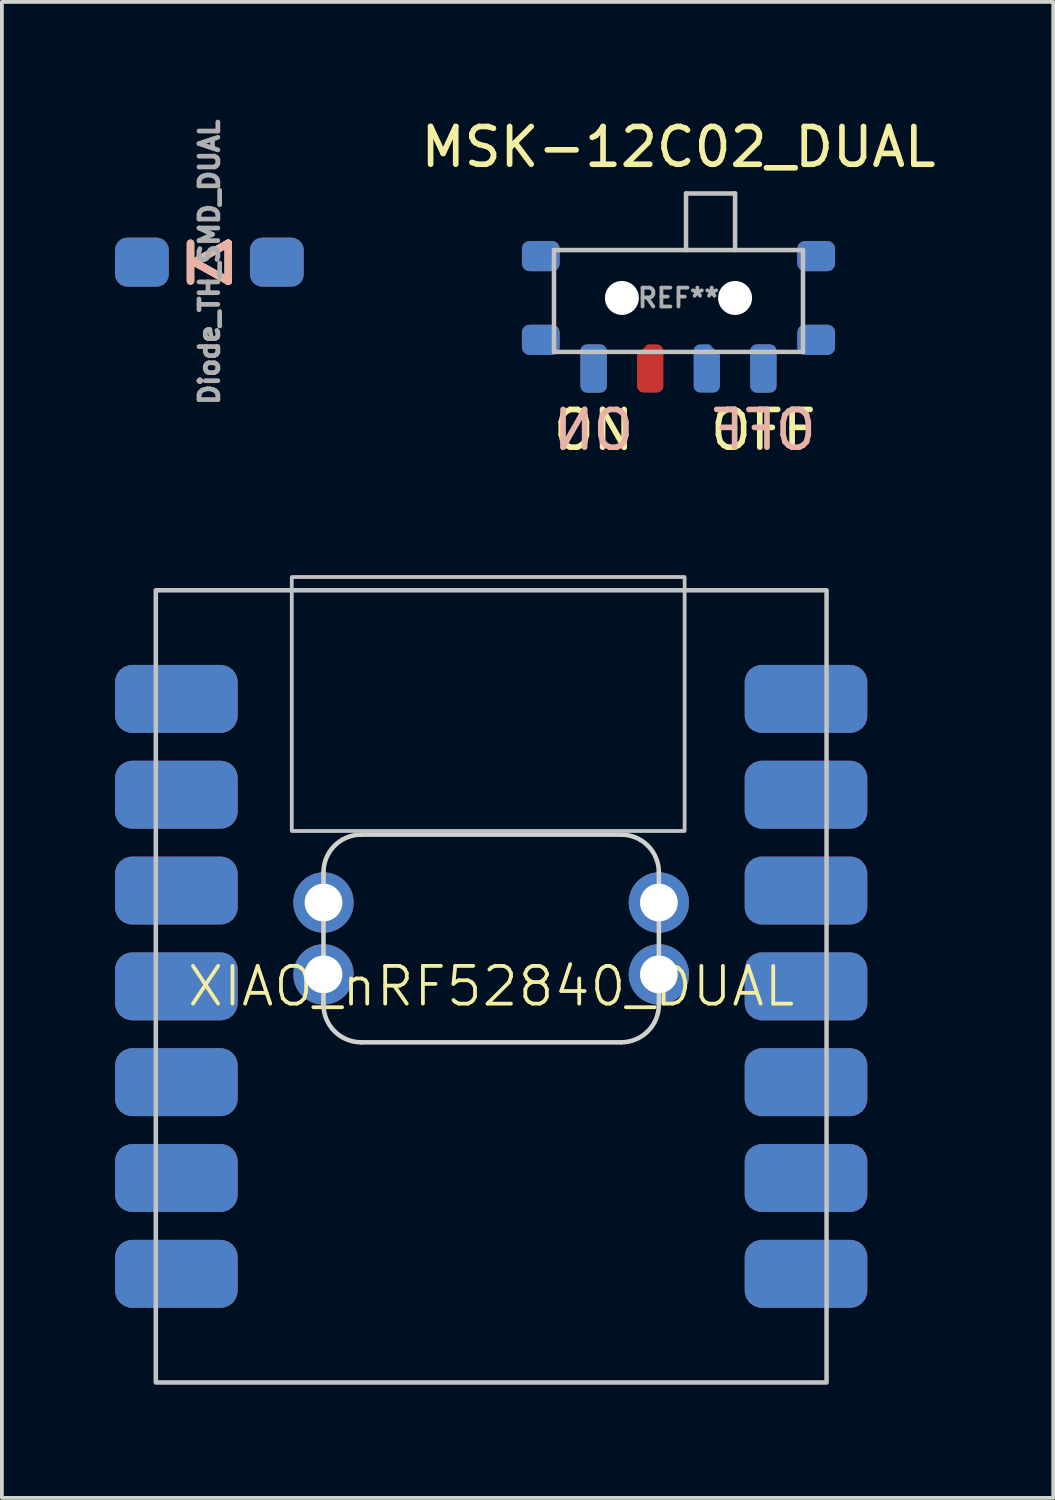
<source format=kicad_pcb>
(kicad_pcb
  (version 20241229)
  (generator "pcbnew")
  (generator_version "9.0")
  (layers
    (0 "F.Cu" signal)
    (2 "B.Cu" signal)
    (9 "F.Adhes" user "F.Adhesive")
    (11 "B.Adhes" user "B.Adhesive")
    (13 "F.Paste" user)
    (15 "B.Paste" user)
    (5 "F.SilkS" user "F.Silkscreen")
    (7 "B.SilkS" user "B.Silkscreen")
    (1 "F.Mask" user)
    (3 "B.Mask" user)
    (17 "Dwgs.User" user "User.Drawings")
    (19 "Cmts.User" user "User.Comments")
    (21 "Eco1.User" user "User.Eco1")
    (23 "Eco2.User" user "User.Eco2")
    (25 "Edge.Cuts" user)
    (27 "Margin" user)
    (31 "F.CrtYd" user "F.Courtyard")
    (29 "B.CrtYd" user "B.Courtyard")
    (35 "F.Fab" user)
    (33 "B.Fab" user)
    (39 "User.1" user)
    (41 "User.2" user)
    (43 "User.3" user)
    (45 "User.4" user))
  (footprint "Diode_TH_SMD_DUAL"
    (layer "F.Cu")
    (at 2.5 3.899)
    (property "Reference" "Diode_TH_SMD_DUAL" (at 0 0 270) (layer "F.Fab") (effects (font (size 0.5 0.5) (thickness 0.125))))
    (attr through_hole)
    (fp_line (start -0.5 -0.5) (end -0.5 0.5) (stroke (width 0.2) (type solid)) (layer "F.SilkS"))
    (fp_line (start -0.4 0) (end 0.5 -0.5) (stroke (width 0.2) (type solid)) (layer "F.SilkS"))
    (fp_line (start 0.5 -0.5) (end 0.5 0.5) (stroke (width 0.2) (type solid)) (layer "F.SilkS"))
    (fp_line (start 0.5 0.5) (end -0.4 0) (stroke (width 0.2) (type solid)) (layer "F.SilkS"))
    (fp_line (start -0.5 -0.5) (end -0.5 0.5) (stroke (width 0.2) (type solid)) (layer "B.SilkS"))
    (fp_line (start -0.4 0) (end 0.5 0.5) (stroke (width 0.2) (type solid)) (layer "B.SilkS"))
    (fp_line (start 0.5 -0.5) (end -0.4 0) (stroke (width 0.2) (type solid)) (layer "B.SilkS"))
    (fp_line (start 0.5 -0.5) (end 0.5 0.5) (stroke (width 0.2) (type solid)) (layer "B.SilkS"))
    (pad "1" smd roundrect (at -1.788 0 180) (size 1.425 1.3) (layers "F.Cu" "F.Mask" "F.Paste") (roundrect_rratio 0.25))
    (pad "1" smd roundrect (at -1.788 0 180) (size 1.425 1.3) (layers "B.Cu" "B.Mask" "B.Paste") (roundrect_rratio 0.25))
    (pad "2" smd roundrect (at 1.788 0 180) (size 1.425 1.3) (layers "F.Cu" "F.Mask" "F.Paste") (roundrect_rratio 0.25))
    (pad "2" smd roundrect (at 1.788 0 180) (size 1.425 1.3) (layers "B.Cu" "B.Mask" "B.Paste") (roundrect_rratio 0.25)))
  (footprint "MSK-12C02_DUAL"
    (layer "F.Cu")
    (at 14.935 3.578)
    (property "Reference" "MSK-12C02_DUAL" (at 0 -2.73 0) (layer "F.SilkS") (effects (font (size 1 1) (thickness 0.15))))
    (attr through_hole)
    (fp_line (start -3.3 0) (end -3.3 2.7) (stroke (width 0.12) (type solid)) (layer "Dwgs.User"))
    (fp_line (start -3.3 0) (end 3.3 0) (stroke (width 0.12) (type solid)) (layer "Dwgs.User"))
    (fp_line (start -3.3 2.7) (end 3.3 2.7) (stroke (width 0.12) (type solid)) (layer "Dwgs.User"))
    (fp_line (start 0.2 -1.5) (end 0.2 0) (stroke (width 0.12) (type solid)) (layer "Dwgs.User"))
    (fp_line (start 0.2 -1.5) (end 1.5 -1.5) (stroke (width 0.12) (type solid)) (layer "Dwgs.User"))
    (fp_line (start 1.5 -1.5) (end 1.5 0) (stroke (width 0.12) (type solid)) (layer "Dwgs.User"))
    (fp_line (start 3.3 0) (end 3.3 2.7) (stroke (width 0.12) (type solid)) (layer "Dwgs.User"))
    (fp_text user "ON" (at -2.25 4.77 0) (layer "F.SilkS") (effects (font (size 1 1) (thickness 0.15))))
    (fp_text user "OFF" (at 2.25 4.77 0) (layer "F.SilkS") (effects (font (size 1 1) (thickness 0.15))))
    (fp_text user "ON" (at -2.25 4.77 0) (layer "B.SilkS") (effects (font (size 1 1) (thickness 0.15)) (justify mirror)))
    (fp_text user "OFF" (at 2.25 4.77 0) (layer "B.SilkS") (effects (font (size 1 1) (thickness 0.15)) (justify mirror)))
    (fp_text user "REF**" (at 0 1.27 0) (layer "F.Fab") (effects (font (size 0.5 0.5) (thickness 0.1))))
    (pad "" smd roundrect (at -3.65 0.16) (size 1 0.8) (layers "F.Cu" "F.Mask" "F.Paste") (roundrect_rratio 0.25))
    (pad "" smd roundrect (at -3.65 0.16) (size 1 0.8) (layers "B.Cu" "B.Mask" "B.Paste") (roundrect_rratio 0.25))
    (pad "" smd roundrect (at -3.65 2.38) (size 1 0.8) (layers "F.Cu" "F.Mask" "F.Paste") (roundrect_rratio 0.25))
    (pad "" smd roundrect (at -3.65 2.38) (size 1 0.8) (layers "B.Cu" "B.Mask" "B.Paste") (roundrect_rratio 0.25))
    (pad "" np_thru_hole circle (at -1.5 1.27) (size 0.9 0.9) (drill 0.9) (layers "*.Cu" "*.Mask"))
    (pad "" np_thru_hole circle (at 1.5 1.27) (size 0.9 0.9) (drill 0.9) (layers "*.Cu" "*.Mask"))
    (pad "" smd roundrect (at 3.65 0.16) (size 1 0.8) (layers "F.Cu" "F.Mask" "F.Paste") (roundrect_rratio 0.25))
    (pad "" smd roundrect (at 3.65 0.16) (size 1 0.8) (layers "B.Cu" "B.Mask" "B.Paste") (roundrect_rratio 0.25))
    (pad "" smd roundrect (at 3.65 2.38) (size 1 0.8) (layers "F.Cu" "F.Mask" "F.Paste") (roundrect_rratio 0.25))
    (pad "" smd roundrect (at 3.65 2.38) (size 1 0.8) (layers "B.Cu" "B.Mask" "B.Paste") (roundrect_rratio 0.25))
    (pad "1" smd roundrect (at -2.25 3.14) (size 0.7 1.28) (layers "F.Cu" "F.Mask" "F.Paste") (roundrect_rratio 0.25))
    (pad "1" smd roundrect (at -2.25 3.14) (size 0.7 1.28) (layers "B.Cu" "B.Mask" "B.Paste") (roundrect_rratio 0.25))
    (pad "2" smd roundrect (at -0.75 3.14) (size 0.7 1.28) (layers "F.Cu" "F.Mask" "F.Paste") (roundrect_rratio 0.25) (chamfer_ratio 0.4) (chamfer top_left))
    (pad "2" smd roundrect (at 0.75 3.14) (size 0.7 1.28) (layers "B.Cu" "B.Mask" "B.Paste") (roundrect_rratio 0.25) (chamfer_ratio 0.4) (chamfer top_right))
    (pad "3" smd roundrect (at 2.25 3.14) (size 0.7 1.28) (layers "F.Cu" "F.Mask" "F.Paste") (roundrect_rratio 0.25))
    (pad "3" smd roundrect (at 2.25 3.14) (size 0.7 1.28) (layers "B.Cu" "B.Mask" "B.Paste") (roundrect_rratio 0.25)))
  (footprint "XIAO_nRF52840_DUAL"
    (layer "F.Cu")
    (at 9.97 12.596)
    (property "Reference" "XIAO_nRF52840_DUAL" (at 0 10.5 0) (unlocked yes) (layer "F.SilkS") (effects (font (size 1 1) (thickness 0.1))))
    (attr smd)
    (fp_rect (start -8.89 21) (end 8.89 0) (stroke (width 0.12) (type solid)) (fill no) (layer "Dwgs.User"))
    (fp_rect (start -5.286 -0.35) (end 5.128 6.381) (stroke (width 0.1) (type default)) (fill no) (layer "Dwgs.User"))
    (fp_line (start -4.445 10.983) (end -4.445 7.478) (stroke (width 0.12) (type default)) (layer "Edge.Cuts"))
    (fp_line (start -3.445 6.478) (end 3.445 6.478) (stroke (width 0.12) (type default)) (layer "Edge.Cuts"))
    (fp_line (start 3.445 11.983) (end -3.445 11.983) (stroke (width 0.12) (type default)) (layer "Edge.Cuts"))
    (fp_line (start 4.445 7.478) (end 4.445 10.983) (stroke (width 0.12) (type default)) (layer "Edge.Cuts"))
    (fp_arc (start -4.445 7.478) (mid -4.152107 6.770893) (end -3.445 6.478) (stroke (width 0.12) (type default)) (layer "Edge.Cuts"))
    (fp_arc (start -3.445 11.983) (mid -4.152107 11.690107) (end -4.445 10.983) (stroke (width 0.12) (type default)) (layer "Edge.Cuts"))
    (fp_arc (start 3.445 6.478) (mid 4.152107 6.770893) (end 4.445 7.478) (stroke (width 0.12) (type default)) (layer "Edge.Cuts"))
    (fp_arc (start 4.445 10.983) (mid 4.152107 11.690107) (end 3.445 11.983) (stroke (width 0.12) (type default)) (layer "Edge.Cuts"))
    (pad "1" smd roundrect (at -8.82 2.88 180) (size 3.25 1.8) (drill (offset -0.475 0)) (layers "F.Cu" "F.Mask" "F.Paste") (roundrect_rratio 0.25))
    (pad "1" smd roundrect (at 8.82 2.88 180) (size 3.25 1.8) (drill (offset 0.475 0)) (layers "B.Cu" "B.Mask" "B.Paste") (roundrect_rratio 0.25))
    (pad "2" smd roundrect (at -8.82 5.42 180) (size 3.25 1.8) (drill (offset -0.475 0)) (layers "F.Cu" "F.Mask" "F.Paste") (roundrect_rratio 0.25))
    (pad "2" smd roundrect (at 8.82 5.42 180) (size 3.25 1.8) (drill (offset 0.475 0)) (layers "B.Cu" "B.Mask" "B.Paste") (roundrect_rratio 0.25))
    (pad "3" smd roundrect (at -8.82 7.96 180) (size 3.25 1.8) (drill (offset -0.475 0)) (layers "F.Cu" "F.Mask" "F.Paste") (roundrect_rratio 0.25))
    (pad "3" smd roundrect (at 8.82 7.96 180) (size 3.25 1.8) (drill (offset 0.475 0)) (layers "B.Cu" "B.Mask" "B.Paste") (roundrect_rratio 0.25))
    (pad "4" smd roundrect (at -8.82 10.5 180) (size 3.25 1.8) (drill (offset -0.475 0)) (layers "F.Cu" "F.Mask" "F.Paste") (roundrect_rratio 0.25))
    (pad "4" smd roundrect (at 8.82 10.5 180) (size 3.25 1.8) (drill (offset 0.475 0)) (layers "B.Cu" "B.Mask" "B.Paste") (roundrect_rratio 0.25))
    (pad "5" smd roundrect (at -8.82 13.04 180) (size 3.25 1.8) (drill (offset -0.475 0)) (layers "F.Cu" "F.Mask" "F.Paste") (roundrect_rratio 0.25))
    (pad "5" smd roundrect (at 8.82 13.04 180) (size 3.25 1.8) (drill (offset 0.475 0)) (layers "B.Cu" "B.Mask" "B.Paste") (roundrect_rratio 0.25))
    (pad "6" smd roundrect (at -8.82 15.58 180) (size 3.25 1.8) (drill (offset -0.475 0)) (layers "F.Cu" "F.Mask" "F.Paste") (roundrect_rratio 0.25))
    (pad "6" smd roundrect (at 8.82 15.58 180) (size 3.25 1.8) (drill (offset 0.475 0)) (layers "B.Cu" "B.Mask" "B.Paste") (roundrect_rratio 0.25))
    (pad "7" smd roundrect (at -8.82 18.12 180) (size 3.25 1.8) (drill (offset -0.475 0)) (layers "F.Cu" "F.Mask" "F.Paste") (roundrect_rratio 0.25))
    (pad "7" smd roundrect (at 8.82 18.12 180) (size 3.25 1.8) (drill (offset 0.475 0)) (layers "B.Cu" "B.Mask" "B.Paste") (roundrect_rratio 0.25))
    (pad "8" smd roundrect (at -8.82 18.12) (size 3.25 1.8) (drill (offset 0.475 0)) (layers "B.Cu" "B.Mask" "B.Paste") (roundrect_rratio 0.25))
    (pad "8" smd roundrect (at 8.82 18.12) (size 3.25 1.8) (drill (offset -0.475 0)) (layers "F.Cu" "F.Mask" "F.Paste") (roundrect_rratio 0.25))
    (pad "9" smd roundrect (at -8.82 15.58) (size 3.25 1.8) (drill (offset 0.475 0)) (layers "B.Cu" "B.Mask" "B.Paste") (roundrect_rratio 0.25))
    (pad "9" smd roundrect (at 8.82 15.58) (size 3.25 1.8) (drill (offset -0.475 0)) (layers "F.Cu" "F.Mask" "F.Paste") (roundrect_rratio 0.25))
    (pad "10" smd roundrect (at -8.82 13.04) (size 3.25 1.8) (drill (offset 0.475 0)) (layers "B.Cu" "B.Mask" "B.Paste") (roundrect_rratio 0.25))
    (pad "10" smd roundrect (at 8.82 13.04) (size 3.25 1.8) (drill (offset -0.475 0)) (layers "F.Cu" "F.Mask" "F.Paste") (roundrect_rratio 0.25))
    (pad "11" smd roundrect (at -8.82 10.5) (size 3.25 1.8) (drill (offset 0.475 0)) (layers "B.Cu" "B.Mask" "B.Paste") (roundrect_rratio 0.25))
    (pad "11" smd roundrect (at 8.82 10.5) (size 3.25 1.8) (drill (offset -0.475 0)) (layers "F.Cu" "F.Mask" "F.Paste") (roundrect_rratio 0.25))
    (pad "12" smd roundrect (at -8.82 7.96) (size 3.25 1.8) (drill (offset 0.475 0)) (layers "B.Cu" "B.Mask" "B.Paste") (roundrect_rratio 0.25))
    (pad "12" smd roundrect (at 8.82 7.96) (size 3.25 1.8) (drill (offset -0.475 0)) (layers "F.Cu" "F.Mask" "F.Paste") (roundrect_rratio 0.25))
    (pad "13" smd roundrect (at -8.82 5.42) (size 3.25 1.8) (drill (offset 0.475 0)) (layers "B.Cu" "B.Mask" "B.Paste") (roundrect_rratio 0.25))
    (pad "13" smd roundrect (at 8.82 5.42) (size 3.25 1.8) (drill (offset -0.475 0)) (layers "F.Cu" "F.Mask" "F.Paste") (roundrect_rratio 0.25))
    (pad "14" smd roundrect (at -8.82 2.88) (size 3.25 1.8) (drill (offset 0.475 0)) (layers "B.Cu" "B.Mask" "B.Paste") (roundrect_rratio 0.25))
    (pad "14" smd roundrect (at 8.82 2.88) (size 3.25 1.8) (drill (offset -0.475 0)) (layers "F.Cu" "F.Mask" "F.Paste") (roundrect_rratio 0.25))
    (pad "19" thru_hole circle (at -4.445 10.183 180) (size 1.6 1.6) (drill 1) (layers "*.Cu" "*.Mask"))
    (pad "19" thru_hole circle (at 4.445 10.183 180) (size 1.6 1.6) (drill 1) (layers "*.Cu" "*.Mask"))
    (pad "20" thru_hole circle (at -4.445 8.278 180) (size 1.6 1.6) (drill 1) (layers "*.Cu" "*.Mask"))
    (pad "20" thru_hole circle (at 4.445 8.278 180) (size 1.6 1.6) (drill 1) (layers "*.Cu" "*.Mask")))
  (gr_rect
    (start -3 -3)
    (end 24.869 36.656)
    (stroke (width 0.1) (type default))
    (fill no)
    (layer "Edge.Cuts")))
</source>
